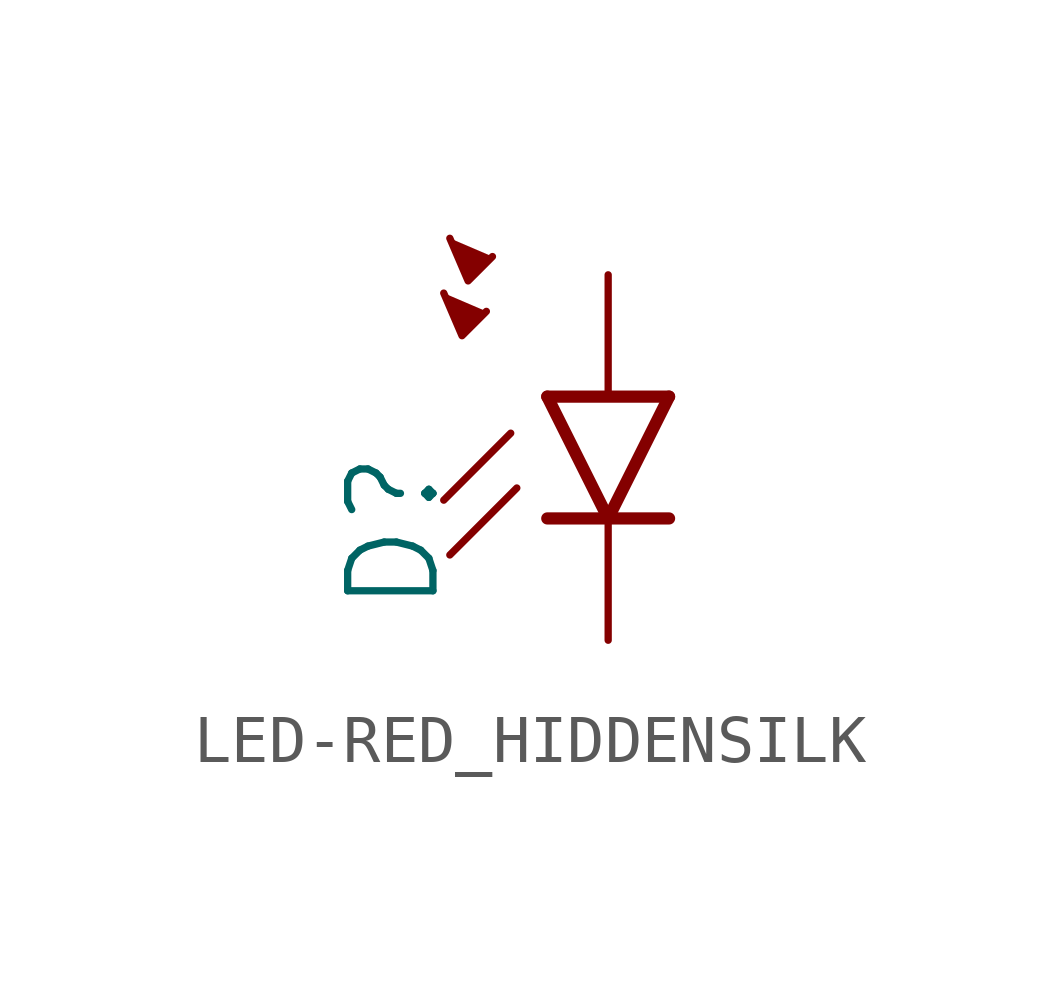
<source format=kicad_sym>
(kicad_symbol_lib
  (version 20241209)
  (generator "kicad_symbol_editor")
  (generator_version "9.0")
  (symbol "LED-RED_HIDDENSILK"
    (property "Reference" "D"
      (at -3.429 -4.572 90)
      (effects (font (size 1.778 1.778)) (justify left bottom)))
    (property "Value" ""
      (at 1.905 -4.572 90)
      (effects (font (size 1.778 1.778)) (justify left top)))
    (property "ki_locked" ""
      (at 0 0 0)
      (effects (font (size 1.27 1.27))))
    (symbol "LED-RED_HIDDENSILK_1_0"
      (polyline (pts (xy -3.429 2.159) (xy -3.048 1.27) (xy -2.54 1.778)) (stroke (width 0.152) (type solid)) (fill (type outline)))
      (polyline (pts (xy -3.302 3.302) (xy -2.921 2.413) (xy -2.413 2.921)) (stroke (width 0.152) (type solid)) (fill (type outline)))
      (polyline (pts (xy -2.032 -0.762) (xy -3.429 -2.159)) (stroke (width 0.152) (type solid)) (fill (type none)))
      (polyline (pts (xy -1.905 -1.905) (xy -3.302 -3.302)) (stroke (width 0.152) (type solid)) (fill (type none)))
      (polyline (pts (xy 0 -2.54) (xy -1.27 0)) (stroke (width 0.254) (type solid)) (fill (type none)))
      (polyline (pts (xy 0 -2.54) (xy -1.27 -2.54)) (stroke (width 0.254) (type solid)) (fill (type none)))
      (polyline (pts (xy 1.27 0) (xy -1.27 0)) (stroke (width 0.254) (type solid)) (fill (type none)))
      (polyline (pts (xy 1.27 0) (xy 0 -2.54)) (stroke (width 0.254) (type solid)) (fill (type none)))
      (polyline (pts (xy 1.27 -2.54) (xy 0 -2.54)) (stroke (width 0.254) (type solid)) (fill (type none)))
      (pin passive line (at 0 2.54 270) (length 2.54) (name "A" (effects (font (size 0 0)))) (number "A" (effects (font (size 0 0)))))
      (pin passive line (at 0 -5.08 90) (length 2.54) (name "C" (effects (font (size 0 0)))) (number "C" (effects (font (size 0 0))))))))
</source>
